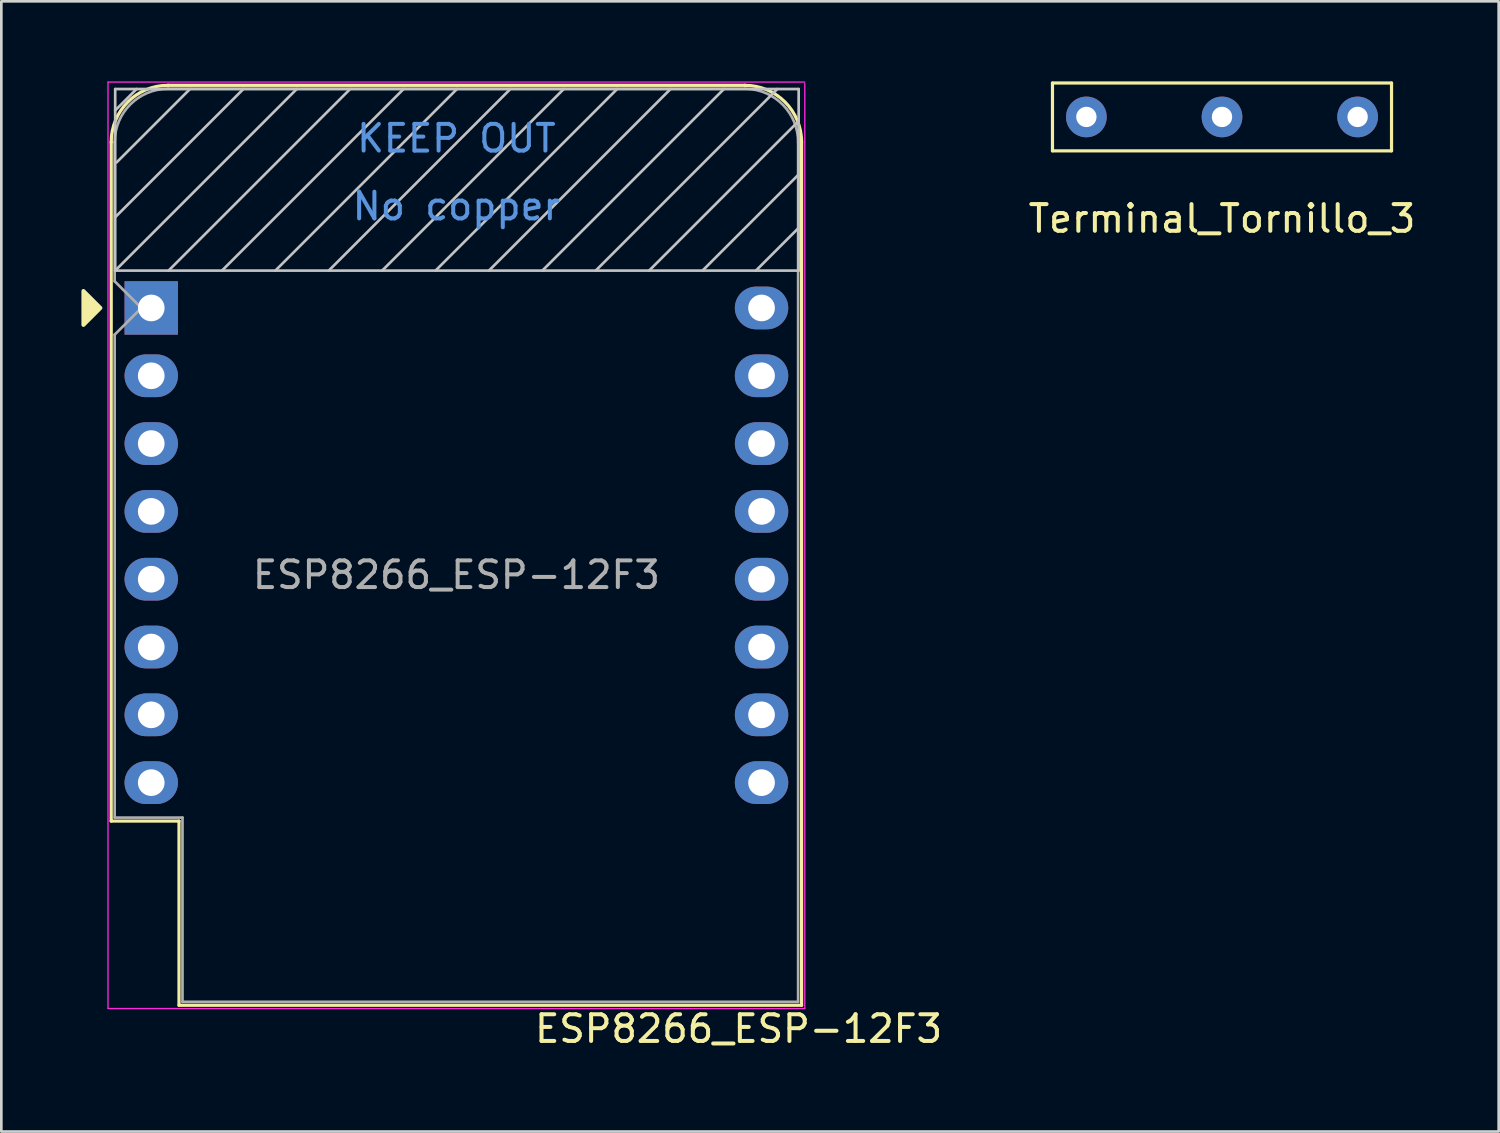
<source format=kicad_pcb>
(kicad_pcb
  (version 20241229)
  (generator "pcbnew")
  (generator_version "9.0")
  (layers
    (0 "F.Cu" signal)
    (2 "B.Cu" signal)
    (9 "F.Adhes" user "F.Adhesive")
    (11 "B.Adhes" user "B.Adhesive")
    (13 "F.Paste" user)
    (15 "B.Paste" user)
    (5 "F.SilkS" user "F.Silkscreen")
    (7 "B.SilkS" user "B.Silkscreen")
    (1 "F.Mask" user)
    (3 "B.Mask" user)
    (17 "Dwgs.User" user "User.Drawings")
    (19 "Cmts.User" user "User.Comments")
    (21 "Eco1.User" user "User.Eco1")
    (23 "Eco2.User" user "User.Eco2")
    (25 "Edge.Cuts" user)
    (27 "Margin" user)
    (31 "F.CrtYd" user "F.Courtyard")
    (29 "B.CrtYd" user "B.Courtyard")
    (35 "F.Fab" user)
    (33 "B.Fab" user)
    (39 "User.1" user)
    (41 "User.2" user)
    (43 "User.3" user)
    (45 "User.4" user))
  (footprint "Terminal_Tornillo_3"
    (layer "F.Cu")
    (at 42.722 1.33)
    (property "Reference" "Terminal_Tornillo_3" (at 0 3.81 0) (layer "F.SilkS") (effects (font (size 1 1) (thickness 0.15))))
    (attr through_hole)
    (fp_line (start -6.35 -1.27) (end -6.35 1.27) (stroke (width 0.12) (type solid)) (layer "F.SilkS"))
    (fp_line (start -6.35 1.27) (end 6.35 1.27) (stroke (width 0.12) (type solid)) (layer "F.SilkS"))
    (fp_line (start 6.35 -1.27) (end -6.35 -1.27) (stroke (width 0.12) (type solid)) (layer "F.SilkS"))
    (fp_line (start 6.35 1.27) (end 6.35 -1.27) (stroke (width 0.12) (type solid)) (layer "F.SilkS"))
    (pad "1" thru_hole circle (at -5.08 0) (size 1.524 1.524) (drill 0.762) (layers "*.Cu" "*.Mask"))
    (pad "2" thru_hole circle (at 0 0) (size 1.524 1.524) (drill 0.762) (layers "*.Cu" "*.Mask"))
    (pad "3" thru_hole circle (at 5.08 0) (size 1.524 1.524) (drill 0.762) (layers "*.Cu" "*.Mask")))
  (footprint "ESP8266_ESP-12F3"
    (layer "F.Cu")
    (at 2.615 8.485)
    (property "Reference" "ESP8266_ESP-12F3" (at 22 27 0) (layer "F.SilkS") (effects (font (size 1 1) (thickness 0.15))))
    (attr through_hole)
    (fp_line (start -1.5 19.22) (end -1.5 -6.21) (stroke (width 0.12) (type solid)) (layer "F.SilkS"))
    (fp_line (start -1.5 19.22) (end 1.04 19.22) (stroke (width 0.12) (type solid)) (layer "F.SilkS"))
    (fp_line (start 1.04 19.22) (end 1.04 26.12) (stroke (width 0.12) (type solid)) (layer "F.SilkS"))
    (fp_line (start 1.04 26.12) (end 24.36 26.12) (stroke (width 0.12) (type solid)) (layer "F.SilkS"))
    (fp_line (start 22.24 -8.34) (end 0.63 -8.34) (stroke (width 0.12) (type solid)) (layer "F.SilkS"))
    (fp_line (start 24.36 26.12) (end 24.36 -6.21) (stroke (width 0.12) (type solid)) (layer "F.SilkS"))
    (fp_arc (start -1.5 -6.21) (mid -0.876137 -7.716137) (end 0.63 -8.34) (stroke (width 0.12) (type solid)) (layer "F.SilkS"))
    (fp_arc (start 22.23 -8.34) (mid 23.736137 -7.716137) (end 24.36 -6.21) (stroke (width 0.12) (type solid)) (layer "F.SilkS"))
    (fp_poly (pts (xy -2.54 -0.635) (xy -2.54 0.635) (xy -1.905 0)) (stroke (width 0.15) (type solid)) (fill yes) (layer "F.SilkS"))
    (fp_line (start -1.35 -8.2) (end -1.35 -1.4) (stroke (width 0.1) (type solid)) (layer "Dwgs.User"))
    (fp_line (start -1.35 -7.4) (end -0.55 -8.2) (stroke (width 0.1) (type solid)) (layer "Dwgs.User"))
    (fp_line (start -1.35 -3.4) (end 3.45 -8.2) (stroke (width 0.1) (type solid)) (layer "Dwgs.User"))
    (fp_line (start -1.35 -1.4) (end 5.45 -8.2) (stroke (width 0.1) (type solid)) (layer "Dwgs.User"))
    (fp_line (start -1.35 -1.4) (end 24.25 -1.4) (stroke (width 0.1) (type solid)) (layer "Dwgs.User"))
    (fp_line (start -1.3 -5.45) (end 1.45 -8.2) (stroke (width 0.1) (type solid)) (layer "Dwgs.User"))
    (fp_line (start 0.65 -1.4) (end 7.45 -8.2) (stroke (width 0.1) (type solid)) (layer "Dwgs.User"))
    (fp_line (start 2.65 -1.4) (end 9.45 -8.2) (stroke (width 0.1) (type solid)) (layer "Dwgs.User"))
    (fp_line (start 4.65 -1.4) (end 11.45 -8.2) (stroke (width 0.1) (type solid)) (layer "Dwgs.User"))
    (fp_line (start 6.65 -1.4) (end 13.45 -8.2) (stroke (width 0.1) (type solid)) (layer "Dwgs.User"))
    (fp_line (start 8.65 -1.4) (end 15.45 -8.2) (stroke (width 0.1) (type solid)) (layer "Dwgs.User"))
    (fp_line (start 10.65 -1.4) (end 17.45 -8.2) (stroke (width 0.1) (type solid)) (layer "Dwgs.User"))
    (fp_line (start 12.65 -1.4) (end 19.45 -8.2) (stroke (width 0.1) (type solid)) (layer "Dwgs.User"))
    (fp_line (start 14.65 -1.4) (end 21.45 -8.2) (stroke (width 0.1) (type solid)) (layer "Dwgs.User"))
    (fp_line (start 16.65 -1.4) (end 23.45 -8.2) (stroke (width 0.1) (type solid)) (layer "Dwgs.User"))
    (fp_line (start 18.65 -1.4) (end 24.25 -7) (stroke (width 0.1) (type solid)) (layer "Dwgs.User"))
    (fp_line (start 20.65 -1.4) (end 24.25 -5) (stroke (width 0.1) (type solid)) (layer "Dwgs.User"))
    (fp_line (start 22.65 -1.4) (end 24.25 -3) (stroke (width 0.1) (type solid)) (layer "Dwgs.User"))
    (fp_line (start 24.25 -8.2) (end -1.35 -8.2) (stroke (width 0.1) (type solid)) (layer "Dwgs.User"))
    (fp_line (start 24.25 -1.4) (end 24.25 -8.2) (stroke (width 0.1) (type solid)) (layer "Dwgs.User"))
    (fp_line (start -1.62 -8.46) (end 24.48 -8.46) (stroke (width 0.05) (type solid)) (layer "F.CrtYd"))
    (fp_line (start -1.62 26.24) (end -1.62 -8.46) (stroke (width 0.05) (type solid)) (layer "F.CrtYd"))
    (fp_line (start 24.48 -8.41) (end 24.48 26.24) (stroke (width 0.05) (type solid)) (layer "F.CrtYd"))
    (fp_line (start 24.48 26.24) (end -1.62 26.24) (stroke (width 0.05) (type solid)) (layer "F.CrtYd"))
    (fp_line (start -1.37 -6.21) (end -1.37 -1) (stroke (width 0.1) (type solid)) (layer "F.Fab"))
    (fp_line (start -1.37 1) (end -1.37 19.09) (stroke (width 0.1) (type solid)) (layer "F.Fab"))
    (fp_line (start -1.37 1) (end -0.37 0) (stroke (width 0.1) (type solid)) (layer "F.Fab"))
    (fp_line (start -1.37 19.09) (end 1.17 19.09) (stroke (width 0.1) (type solid)) (layer "F.Fab"))
    (fp_line (start -0.37 0) (end -1.37 -1) (stroke (width 0.1) (type solid)) (layer "F.Fab"))
    (fp_line (start 1.17 19.09) (end 1.17 25.99) (stroke (width 0.1) (type solid)) (layer "F.Fab"))
    (fp_line (start 1.17 25.99) (end 24.23 25.99) (stroke (width 0.1) (type solid)) (layer "F.Fab"))
    (fp_line (start 22.23 -8.21) (end 0.63 -8.21) (stroke (width 0.1) (type solid)) (layer "F.Fab"))
    (fp_line (start 24.23 25.99) (end 24.23 -6.21) (stroke (width 0.1) (type solid)) (layer "F.Fab"))
    (fp_arc (start -1.37 -6.21) (mid -0.784214 -7.624214) (end 0.63 -8.21) (stroke (width 0.1) (type solid)) (layer "F.Fab"))
    (fp_arc (start 22.25 -8.21) (mid 23.658356 -7.610071) (end 24.23 -6.19) (stroke (width 0.1) (type solid)) (layer "F.Fab"))
    (fp_text user "KEEP OUT" (at 11.43 -6.35 0) (layer "Cmts.User") (effects (font (size 1 1) (thickness 0.15))))
    (fp_text user "No copper" (at 11.43 -3.81 0) (layer "Cmts.User") (effects (font (size 1 1) (thickness 0.15))))
    (fp_text user "${REFERENCE}" (at 11.43 10 0) (layer "F.Fab") (effects (font (size 1 1) (thickness 0.15))))
    (pad "1" thru_hole rect (at 0 0) (size 2 2) (drill 1) (layers "*.Cu" "*.Mask"))
    (pad "2" thru_hole oval (at 0 2.54) (size 2 1.6) (drill 1) (layers "*.Cu" "*.Mask"))
    (pad "3" thru_hole oval (at 0 5.08) (size 2 1.6) (drill 1) (layers "*.Cu" "*.Mask"))
    (pad "4" thru_hole oval (at 0 7.62) (size 2 1.6) (drill 1) (layers "*.Cu" "*.Mask"))
    (pad "5" thru_hole oval (at 0 10.16) (size 2 1.6) (drill 1) (layers "*.Cu" "*.Mask"))
    (pad "6" thru_hole oval (at 0 12.7) (size 2 1.6) (drill 1) (layers "*.Cu" "*.Mask"))
    (pad "7" thru_hole oval (at 0 15.24) (size 2 1.6) (drill 1) (layers "*.Cu" "*.Mask"))
    (pad "8" thru_hole oval (at 0 17.78) (size 2 1.6) (drill 1) (layers "*.Cu" "*.Mask"))
    (pad "9" thru_hole oval (at 22.86 0) (size 2 1.6) (drill 1) (layers "*.Cu" "*.Mask"))
    (pad "10" thru_hole oval (at 22.86 2.54) (size 2 1.6) (drill 1) (layers "*.Cu" "*.Mask"))
    (pad "11" thru_hole oval (at 22.86 5.08) (size 2 1.6) (drill 1) (layers "*.Cu" "*.Mask"))
    (pad "12" thru_hole oval (at 22.86 7.62) (size 2 1.6) (drill 1) (layers "*.Cu" "*.Mask"))
    (pad "13" thru_hole oval (at 22.86 10.16) (size 2 1.6) (drill 1) (layers "*.Cu" "*.Mask"))
    (pad "14" thru_hole oval (at 22.86 12.7) (size 2 1.6) (drill 1) (layers "*.Cu" "*.Mask"))
    (pad "15" thru_hole oval (at 22.86 15.24) (size 2 1.6) (drill 1) (layers "*.Cu" "*.Mask"))
    (pad "16" thru_hole oval (at 22.86 17.78) (size 2 1.6) (drill 1) (layers "*.Cu" "*.Mask")))
  (gr_rect
    (start -3 -3)
    (end 53.085 39.333)
    (stroke (width 0.1) (type default))
    (fill no)
    (layer "Edge.Cuts")))
</source>
